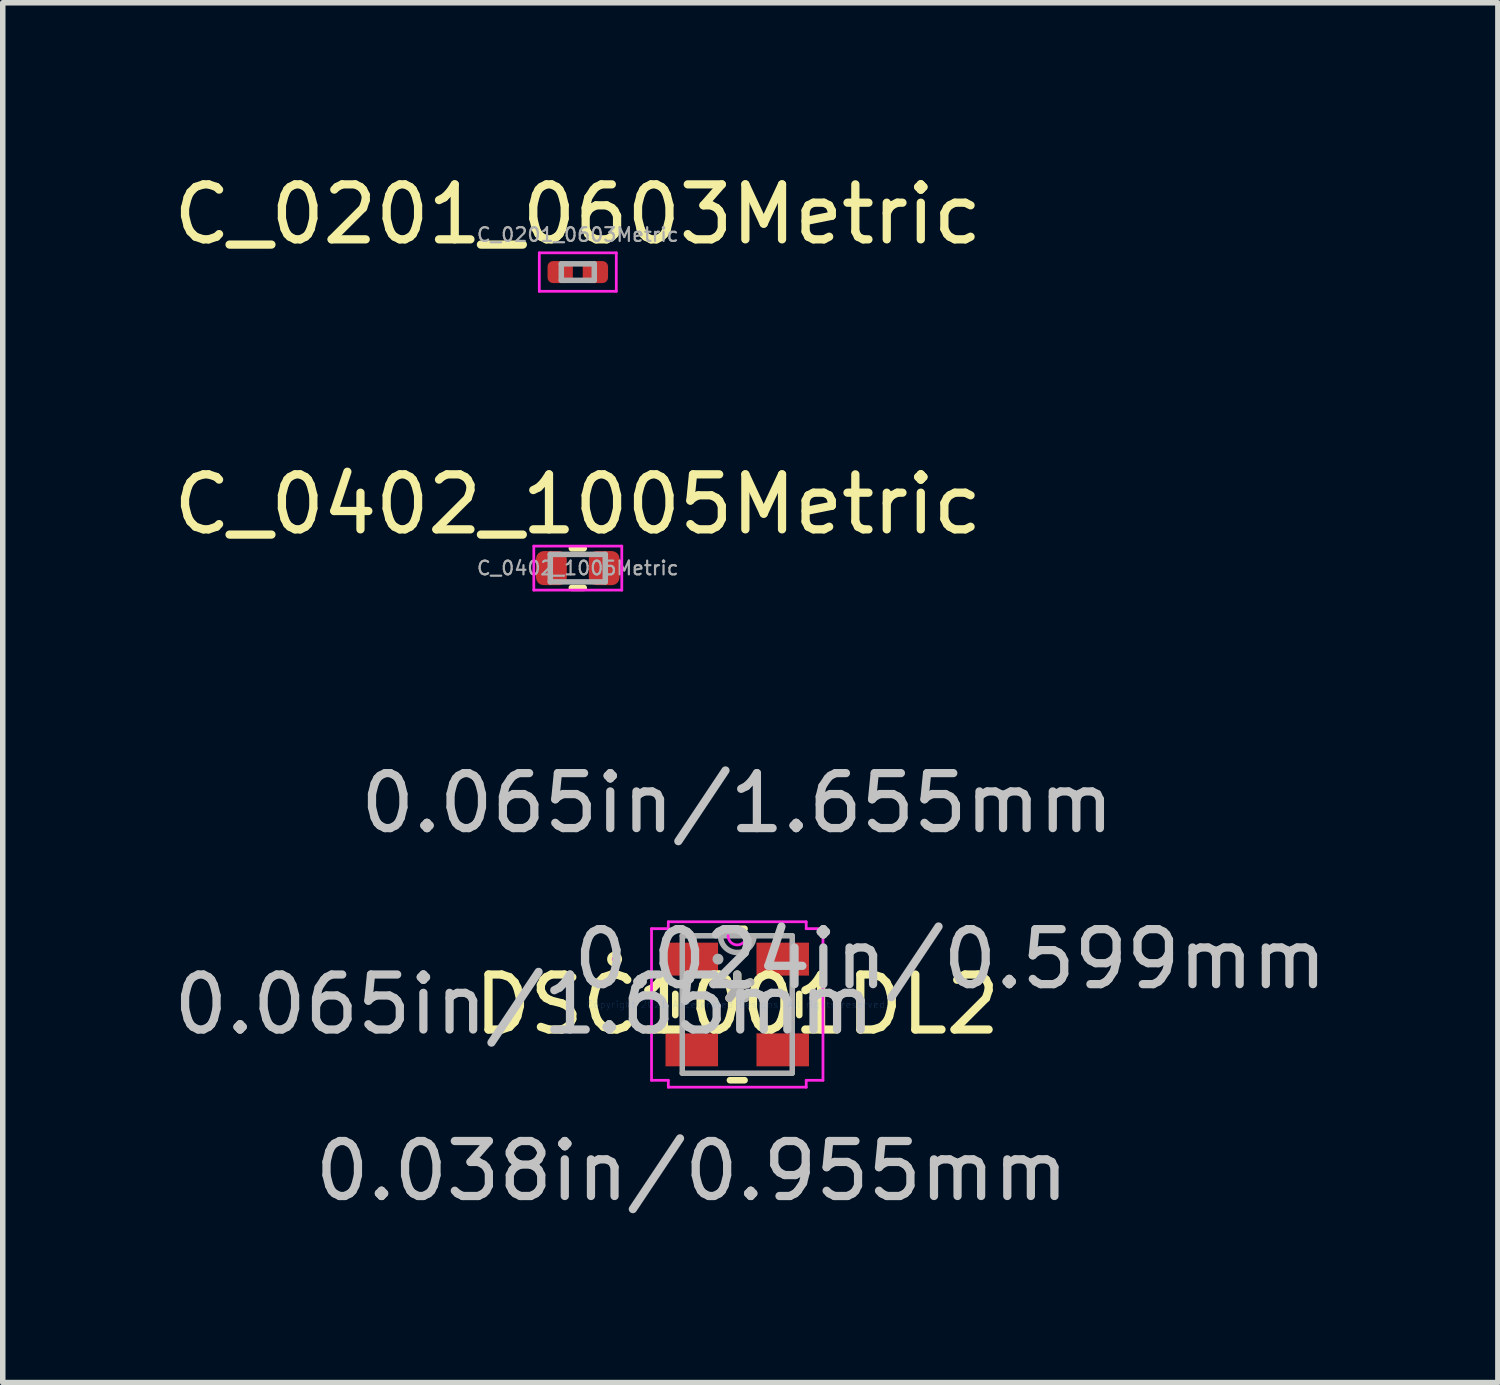
<source format=kicad_pcb>
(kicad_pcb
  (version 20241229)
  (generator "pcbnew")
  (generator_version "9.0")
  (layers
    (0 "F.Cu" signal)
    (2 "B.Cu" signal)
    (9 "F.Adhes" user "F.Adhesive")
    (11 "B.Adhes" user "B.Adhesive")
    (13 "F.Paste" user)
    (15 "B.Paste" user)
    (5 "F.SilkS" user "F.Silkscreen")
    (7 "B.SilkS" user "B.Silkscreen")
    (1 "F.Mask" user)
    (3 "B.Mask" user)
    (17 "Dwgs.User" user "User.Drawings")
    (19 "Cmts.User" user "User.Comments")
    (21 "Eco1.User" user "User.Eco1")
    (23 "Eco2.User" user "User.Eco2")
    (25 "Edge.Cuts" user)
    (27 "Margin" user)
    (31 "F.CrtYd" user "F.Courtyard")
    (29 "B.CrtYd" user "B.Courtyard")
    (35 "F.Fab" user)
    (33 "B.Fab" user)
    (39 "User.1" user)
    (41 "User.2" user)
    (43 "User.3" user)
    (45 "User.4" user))
  (footprint "C_0201_0603Metric"
    (layer "F.Cu")
    (at 7.458 1.898)
    (property "Reference" "C_0201_0603Metric" (at 0 -1.05 0) (layer "F.SilkS") (effects (font (size 1 1) (thickness 0.15))))
    (attr smd)
    (fp_line (start -0.7 -0.35) (end 0.7 -0.35) (stroke (width 0.05) (type solid)) (layer "F.CrtYd"))
    (fp_line (start -0.7 0.35) (end -0.7 -0.35) (stroke (width 0.05) (type solid)) (layer "F.CrtYd"))
    (fp_line (start 0.7 -0.35) (end 0.7 0.35) (stroke (width 0.05) (type solid)) (layer "F.CrtYd"))
    (fp_line (start 0.7 0.35) (end -0.7 0.35) (stroke (width 0.05) (type solid)) (layer "F.CrtYd"))
    (fp_line (start -0.3 -0.15) (end 0.3 -0.15) (stroke (width 0.1) (type solid)) (layer "F.Fab"))
    (fp_line (start -0.3 0.15) (end -0.3 -0.15) (stroke (width 0.1) (type solid)) (layer "F.Fab"))
    (fp_line (start 0.3 -0.15) (end 0.3 0.15) (stroke (width 0.1) (type solid)) (layer "F.Fab"))
    (fp_line (start 0.3 0.15) (end -0.3 0.15) (stroke (width 0.1) (type solid)) (layer "F.Fab"))
    (fp_text user "${REFERENCE}" (at 0 -0.68 0) (layer "F.Fab") (effects (font (size 0.25 0.25) (thickness 0.04))))
    (pad "" smd roundrect (at -0.345 0) (size 0.318 0.36) (layers "F.Paste") (roundrect_rratio 0.25))
    (pad "" smd roundrect (at 0.345 0) (size 0.318 0.36) (layers "F.Paste") (roundrect_rratio 0.25))
    (pad "1" smd roundrect (at -0.32 0) (size 0.46 0.4) (layers "F.Cu" "F.Mask") (roundrect_rratio 0.25))
    (pad "2" smd roundrect (at 0.32 0) (size 0.46 0.4) (layers "F.Cu" "F.Mask") (roundrect_rratio 0.25)))
  (footprint "C_0402_1005Metric"
    (layer "F.Cu")
    (at 7.458 7.282)
    (property "Reference" "C_0402_1005Metric" (at 0 -1.16 0) (layer "F.SilkS") (effects (font (size 1 1) (thickness 0.15))))
    (attr smd)
    (fp_line (start -0.108 -0.36) (end 0.108 -0.36) (stroke (width 0.12) (type solid)) (layer "F.SilkS"))
    (fp_line (start -0.108 0.36) (end 0.108 0.36) (stroke (width 0.12) (type solid)) (layer "F.SilkS"))
    (fp_line (start -0.8 -0.4) (end 0.8 -0.4) (stroke (width 0.05) (type solid)) (layer "F.CrtYd"))
    (fp_line (start -0.8 0.4) (end -0.8 -0.4) (stroke (width 0.05) (type solid)) (layer "F.CrtYd"))
    (fp_line (start 0.8 -0.4) (end 0.8 0.4) (stroke (width 0.05) (type solid)) (layer "F.CrtYd"))
    (fp_line (start 0.8 0.4) (end -0.8 0.4) (stroke (width 0.05) (type solid)) (layer "F.CrtYd"))
    (fp_line (start -0.5 -0.25) (end 0.5 -0.25) (stroke (width 0.1) (type solid)) (layer "F.Fab"))
    (fp_line (start -0.5 0.25) (end -0.5 -0.25) (stroke (width 0.1) (type solid)) (layer "F.Fab"))
    (fp_line (start 0.5 -0.25) (end 0.5 0.25) (stroke (width 0.1) (type solid)) (layer "F.Fab"))
    (fp_line (start 0.5 0.25) (end -0.5 0.25) (stroke (width 0.1) (type solid)) (layer "F.Fab"))
    (fp_text user "${REFERENCE}" (at 0 0 0) (layer "F.Fab") (effects (font (size 0.25 0.25) (thickness 0.04))))
    (pad "1" smd roundrect (at -0.48 0) (size 0.56 0.62) (layers "F.Cu" "F.Mask" "F.Paste") (roundrect_rratio 0.25))
    (pad "2" smd roundrect (at 0.48 0) (size 0.56 0.62) (layers "F.Cu" "F.Mask" "F.Paste") (roundrect_rratio 0.25)))
  (footprint "DSC1001DL2"
    (layer "F.Cu")
    (at 10.358 15.218)
    (property "Reference" "DSC1001DL2" (at 0 0 0) (layer "F.SilkS") (effects (font (size 1 1) (thickness 0.15))))
    (attr through_hole)
    (fp_line (start -1.127 -0.193) (end -1.127 0.193) (stroke (width 0.12) (type solid)) (layer "F.SilkS"))
    (fp_line (start -0.133 1.377) (end 0.133 1.377) (stroke (width 0.12) (type solid)) (layer "F.SilkS"))
    (fp_line (start 0.133 -1.377) (end -0.133 -1.377) (stroke (width 0.12) (type solid)) (layer "F.SilkS"))
    (fp_line (start 1.127 0.193) (end 1.127 -0.193) (stroke (width 0.12) (type solid)) (layer "F.SilkS"))
    (fp_circle (center -2.231 -0.825) (end -2.155 -0.825) (stroke (width 0.12) (type solid)) (fill no) (layer "F.SilkS"))
    (fp_line (start -1.559 -1.379) (end -1.254 -1.379) (stroke (width 0.05) (type solid)) (layer "F.CrtYd"))
    (fp_line (start -1.559 1.379) (end -1.559 -1.379) (stroke (width 0.05) (type solid)) (layer "F.CrtYd"))
    (fp_line (start -1.254 -1.504) (end 1.254 -1.504) (stroke (width 0.05) (type solid)) (layer "F.CrtYd"))
    (fp_line (start -1.254 -1.379) (end -1.254 -1.504) (stroke (width 0.05) (type solid)) (layer "F.CrtYd"))
    (fp_line (start -1.254 1.379) (end -1.559 1.379) (stroke (width 0.05) (type solid)) (layer "F.CrtYd"))
    (fp_line (start -1.254 1.504) (end -1.254 1.379) (stroke (width 0.05) (type solid)) (layer "F.CrtYd"))
    (fp_line (start 1.254 -1.504) (end 1.254 -1.379) (stroke (width 0.05) (type solid)) (layer "F.CrtYd"))
    (fp_line (start 1.254 -1.379) (end 1.559 -1.379) (stroke (width 0.05) (type solid)) (layer "F.CrtYd"))
    (fp_line (start 1.254 1.379) (end 1.254 1.504) (stroke (width 0.05) (type solid)) (layer "F.CrtYd"))
    (fp_line (start 1.254 1.504) (end -1.254 1.504) (stroke (width 0.05) (type solid)) (layer "F.CrtYd"))
    (fp_line (start 1.559 -1.379) (end 1.559 1.379) (stroke (width 0.05) (type solid)) (layer "F.CrtYd"))
    (fp_line (start 1.559 1.379) (end 1.254 1.379) (stroke (width 0.05) (type solid)) (layer "F.CrtYd"))
    (fp_arc (start 0.166667 -1.25) (mid 0 -1.083333) (end -0.166667 -1.25) (stroke (width 0.05) (type solid)) (layer "F.CrtYd"))
    (fp_circle (center -2.231 -0.825) (end -2.231 -0.825) (stroke (width 0.05) (type solid)) (fill no) (layer "F.CrtYd"))
    (fp_line (start -1 -1.25) (end -1 1.25) (stroke (width 0.1) (type solid)) (layer "F.Fab"))
    (fp_line (start -1 1.25) (end 1 1.25) (stroke (width 0.1) (type solid)) (layer "F.Fab"))
    (fp_line (start 1 -1.25) (end -1 -1.25) (stroke (width 0.1) (type solid)) (layer "F.Fab"))
    (fp_line (start 1 1.25) (end 1 -1.25) (stroke (width 0.1) (type solid)) (layer "F.Fab"))
    (fp_arc (start 0.3048 -1.25) (mid 0 -0.9452) (end -0.3048 -1.25) (stroke (width 0.1) (type solid)) (layer "F.Fab"))
    (fp_circle (center -0.35 -0.825) (end -0.35 -0.825) (stroke (width 0.1) (type solid)) (fill no) (layer "F.Fab"))
    (fp_text user "*" (at 0 0 0) (layer "F.SilkS") (effects (font (size 1 1) (thickness 0.15))))
    (fp_text user "0.038in/0.955mm" (at -0.827 3.028 0) (layer "Dwgs.User") (effects (font (size 1 1) (thickness 0.15))))
    (fp_text user "0.065in/1.655mm" (at 0 -3.663 0) (layer "Dwgs.User") (effects (font (size 1 1) (thickness 0.15))))
    (fp_text user "0.065in/1.65mm" (at -3.875 0 0) (layer "Dwgs.User") (effects (font (size 1 1) (thickness 0.15))))
    (fp_text user "0.024in/0.599mm" (at 3.875 -0.825 0) (layer "Dwgs.User") (effects (font (size 1 1) (thickness 0.15))))
    (fp_text user "Copyright 2021 Accelerated Designs. All rights reserved." (at 0 0 0) (layer "Cmts.User") (effects (font (size 0.127 0.127) (thickness 0.002))))
    (fp_text user "*" (at 0 0 0) (layer "F.Fab") (effects (font (size 1 1) (thickness 0.15))))
    (pad "1" smd rect (at -0.827 -0.825) (size 0.955 0.599) (layers "F.Cu" "F.Mask" "F.Paste"))
    (pad "2" smd rect (at -0.827 0.825) (size 0.955 0.599) (layers "F.Cu" "F.Mask" "F.Paste"))
    (pad "3" smd rect (at 0.827 0.825) (size 0.955 0.599) (layers "F.Cu" "F.Mask" "F.Paste"))
    (pad "4" smd rect (at 0.827 -0.825) (size 0.955 0.599) (layers "F.Cu" "F.Mask" "F.Paste")))
  (gr_rect
    (start -3 -3)
    (end 24.191 22.094)
    (stroke (width 0.1) (type default))
    (fill no)
    (layer "Edge.Cuts")))
</source>
